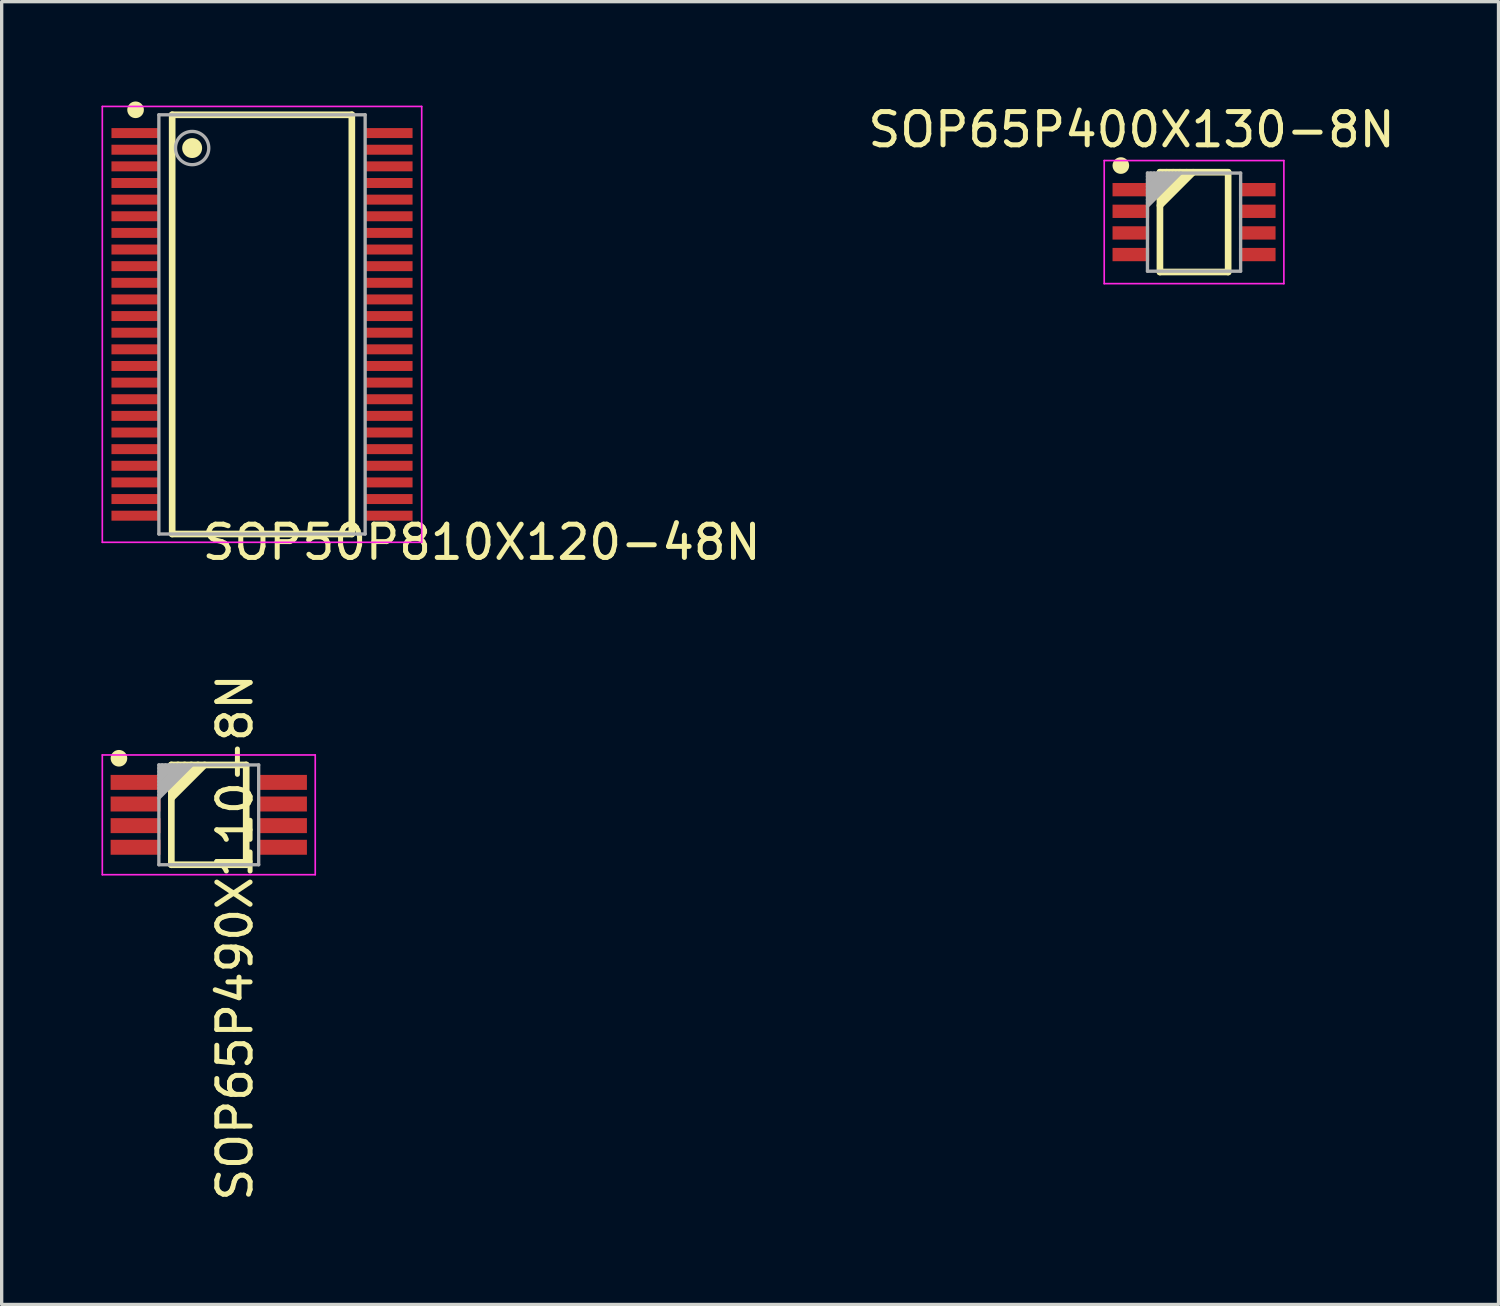
<source format=kicad_pcb>
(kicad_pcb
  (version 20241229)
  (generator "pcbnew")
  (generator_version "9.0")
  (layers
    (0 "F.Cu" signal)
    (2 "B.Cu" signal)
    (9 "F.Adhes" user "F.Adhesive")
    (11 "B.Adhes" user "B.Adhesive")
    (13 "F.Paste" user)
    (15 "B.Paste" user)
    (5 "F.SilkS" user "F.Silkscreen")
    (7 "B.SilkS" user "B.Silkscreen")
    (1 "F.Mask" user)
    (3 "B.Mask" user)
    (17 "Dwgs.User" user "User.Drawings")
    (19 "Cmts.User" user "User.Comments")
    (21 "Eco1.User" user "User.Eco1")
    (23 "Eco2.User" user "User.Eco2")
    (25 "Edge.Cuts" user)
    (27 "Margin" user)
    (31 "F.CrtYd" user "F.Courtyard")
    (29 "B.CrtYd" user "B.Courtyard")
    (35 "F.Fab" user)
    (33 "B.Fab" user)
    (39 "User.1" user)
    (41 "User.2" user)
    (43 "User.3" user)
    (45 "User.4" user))
  (footprint "SOP65P490X110-8N"
    (layer "F.Cu")
    (at 3.225 21.441)
    (property "Reference" "SOP65P490X110-8N" (at 0.787 3.688 270) (layer "F.SilkS") (effects (font (size 1 1) (thickness 0.15))))
    (attr smd)
    (fp_line (start -1.125 -1.5) (end 1.125 -1.5) (stroke (width 0.2) (type solid)) (layer "F.SilkS"))
    (fp_line (start -1.125 -1.3) (end -0.925 -1.5) (stroke (width 0.2) (type solid)) (layer "F.SilkS"))
    (fp_line (start -1.125 -1.1) (end -0.725 -1.5) (stroke (width 0.2) (type solid)) (layer "F.SilkS"))
    (fp_line (start -1.125 -0.9) (end -0.525 -1.5) (stroke (width 0.2) (type solid)) (layer "F.SilkS"))
    (fp_line (start -1.125 -0.7) (end -0.325 -1.5) (stroke (width 0.2) (type solid)) (layer "F.SilkS"))
    (fp_line (start -1.125 -0.5) (end -0.125 -1.5) (stroke (width 0.2) (type solid)) (layer "F.SilkS"))
    (fp_line (start -1.125 1.5) (end -1.125 -1.5) (stroke (width 0.2) (type solid)) (layer "F.SilkS"))
    (fp_line (start -1.125 1.5) (end 1.125 1.5) (stroke (width 0.2) (type solid)) (layer "F.SilkS"))
    (fp_line (start 1.125 1.5) (end 1.125 -1.5) (stroke (width 0.2) (type solid)) (layer "F.SilkS"))
    (fp_circle (center -2.7 -1.7) (end -2.575 -1.7) (stroke (width 0.25) (type solid)) (fill no) (layer "F.SilkS"))
    (fp_line (start -3.2 -1.8) (end 3.2 -1.8) (stroke (width 0.05) (type solid)) (layer "F.CrtYd"))
    (fp_line (start -3.2 1.8) (end -3.2 -1.8) (stroke (width 0.05) (type solid)) (layer "F.CrtYd"))
    (fp_line (start -3.2 1.8) (end 3.2 1.8) (stroke (width 0.05) (type solid)) (layer "F.CrtYd"))
    (fp_line (start 3.2 1.8) (end 3.2 -1.8) (stroke (width 0.05) (type solid)) (layer "F.CrtYd"))
    (fp_line (start -1.5 -1.5) (end 1.5 -1.5) (stroke (width 0.1) (type solid)) (layer "F.Fab"))
    (fp_line (start -1.5 -1.4) (end -1.4 -1.5) (stroke (width 0.1) (type solid)) (layer "F.Fab"))
    (fp_line (start -1.5 -1.3) (end -1.3 -1.5) (stroke (width 0.1) (type solid)) (layer "F.Fab"))
    (fp_line (start -1.5 -1.2) (end -1.2 -1.5) (stroke (width 0.1) (type solid)) (layer "F.Fab"))
    (fp_line (start -1.5 -1.1) (end -1.1 -1.5) (stroke (width 0.1) (type solid)) (layer "F.Fab"))
    (fp_line (start -1.5 -1) (end -1 -1.5) (stroke (width 0.1) (type solid)) (layer "F.Fab"))
    (fp_line (start -1.5 -0.9) (end -0.9 -1.5) (stroke (width 0.1) (type solid)) (layer "F.Fab"))
    (fp_line (start -1.5 -0.8) (end -0.8 -1.5) (stroke (width 0.1) (type solid)) (layer "F.Fab"))
    (fp_line (start -1.5 -0.7) (end -0.7 -1.5) (stroke (width 0.1) (type solid)) (layer "F.Fab"))
    (fp_line (start -1.5 -0.6) (end -0.6 -1.5) (stroke (width 0.1) (type solid)) (layer "F.Fab"))
    (fp_line (start -1.5 -0.5) (end -0.5 -1.5) (stroke (width 0.1) (type solid)) (layer "F.Fab"))
    (fp_line (start -1.5 1.5) (end -1.5 -1.5) (stroke (width 0.1) (type solid)) (layer "F.Fab"))
    (fp_line (start -1.5 1.5) (end 1.5 1.5) (stroke (width 0.1) (type solid)) (layer "F.Fab"))
    (fp_line (start 1.5 1.5) (end 1.5 -1.5) (stroke (width 0.1) (type solid)) (layer "F.Fab"))
    (pad "1" smd rect (at -2.2 -0.975) (size 1.5 0.45) (layers "F.Cu" "F.Mask" "F.Paste"))
    (pad "2" smd rect (at -2.2 -0.325) (size 1.5 0.45) (layers "F.Cu" "F.Mask" "F.Paste"))
    (pad "3" smd rect (at -2.2 0.325) (size 1.5 0.45) (layers "F.Cu" "F.Mask" "F.Paste"))
    (pad "4" smd rect (at -2.2 0.975) (size 1.5 0.45) (layers "F.Cu" "F.Mask" "F.Paste"))
    (pad "5" smd rect (at 2.2 0.975) (size 1.5 0.45) (layers "F.Cu" "F.Mask" "F.Paste"))
    (pad "6" smd rect (at 2.2 0.325) (size 1.5 0.45) (layers "F.Cu" "F.Mask" "F.Paste"))
    (pad "7" smd rect (at 2.2 -0.325) (size 1.5 0.45) (layers "F.Cu" "F.Mask" "F.Paste"))
    (pad "8" smd rect (at 2.2 -0.975) (size 1.5 0.45) (layers "F.Cu" "F.Mask" "F.Paste")))
  (footprint "SOP65P400X130-8N"
    (layer "F.Cu")
    (at 32.839 3.626)
    (property "Reference" "SOP65P400X130-8N" (at -1.878 -2.778 0) (layer "F.SilkS") (effects (font (size 1 1) (thickness 0.15))))
    (attr smd)
    (fp_line (start -1.025 -1.5) (end 1.025 -1.5) (stroke (width 0.2) (type solid)) (layer "F.SilkS"))
    (fp_line (start -1.025 -1.3) (end -0.825 -1.5) (stroke (width 0.2) (type solid)) (layer "F.SilkS"))
    (fp_line (start -1.025 -1.1) (end -0.625 -1.5) (stroke (width 0.2) (type solid)) (layer "F.SilkS"))
    (fp_line (start -1.025 -0.9) (end -0.425 -1.5) (stroke (width 0.2) (type solid)) (layer "F.SilkS"))
    (fp_line (start -1.025 -0.7) (end -0.225 -1.5) (stroke (width 0.2) (type solid)) (layer "F.SilkS"))
    (fp_line (start -1.025 -0.5) (end -0.025 -1.5) (stroke (width 0.2) (type solid)) (layer "F.SilkS"))
    (fp_line (start -1.025 1.5) (end -1.025 -1.5) (stroke (width 0.2) (type solid)) (layer "F.SilkS"))
    (fp_line (start -1.025 1.5) (end 1.025 1.5) (stroke (width 0.2) (type solid)) (layer "F.SilkS"))
    (fp_line (start 1.025 1.5) (end 1.025 -1.5) (stroke (width 0.2) (type solid)) (layer "F.SilkS"))
    (fp_circle (center -2.2 -1.7) (end -2.075 -1.7) (stroke (width 0.25) (type solid)) (fill no) (layer "F.SilkS"))
    (fp_line (start -2.7 -1.85) (end 2.7 -1.85) (stroke (width 0.05) (type solid)) (layer "F.CrtYd"))
    (fp_line (start -2.7 1.85) (end -2.7 -1.85) (stroke (width 0.05) (type solid)) (layer "F.CrtYd"))
    (fp_line (start -2.7 1.85) (end 2.7 1.85) (stroke (width 0.05) (type solid)) (layer "F.CrtYd"))
    (fp_line (start 2.7 1.85) (end 2.7 -1.85) (stroke (width 0.05) (type solid)) (layer "F.CrtYd"))
    (fp_line (start -1.4 -1.475) (end 1.4 -1.475) (stroke (width 0.1) (type solid)) (layer "F.Fab"))
    (fp_line (start -1.4 -1.375) (end -1.3 -1.475) (stroke (width 0.1) (type solid)) (layer "F.Fab"))
    (fp_line (start -1.4 -1.275) (end -1.2 -1.475) (stroke (width 0.1) (type solid)) (layer "F.Fab"))
    (fp_line (start -1.4 -1.175) (end -1.1 -1.475) (stroke (width 0.1) (type solid)) (layer "F.Fab"))
    (fp_line (start -1.4 -1.075) (end -1 -1.475) (stroke (width 0.1) (type solid)) (layer "F.Fab"))
    (fp_line (start -1.4 -0.975) (end -0.9 -1.475) (stroke (width 0.1) (type solid)) (layer "F.Fab"))
    (fp_line (start -1.4 -0.875) (end -0.8 -1.475) (stroke (width 0.1) (type solid)) (layer "F.Fab"))
    (fp_line (start -1.4 -0.775) (end -0.7 -1.475) (stroke (width 0.1) (type solid)) (layer "F.Fab"))
    (fp_line (start -1.4 -0.675) (end -0.6 -1.475) (stroke (width 0.1) (type solid)) (layer "F.Fab"))
    (fp_line (start -1.4 -0.575) (end -0.5 -1.475) (stroke (width 0.1) (type solid)) (layer "F.Fab"))
    (fp_line (start -1.4 -0.475) (end -0.4 -1.475) (stroke (width 0.1) (type solid)) (layer "F.Fab"))
    (fp_line (start -1.4 1.475) (end -1.4 -1.475) (stroke (width 0.1) (type solid)) (layer "F.Fab"))
    (fp_line (start -1.4 1.475) (end 1.4 1.475) (stroke (width 0.1) (type solid)) (layer "F.Fab"))
    (fp_line (start 1.4 1.475) (end 1.4 -1.475) (stroke (width 0.1) (type solid)) (layer "F.Fab"))
    (pad "1" smd rect (at -1.9 -0.975) (size 1.1 0.4) (layers "F.Cu" "F.Mask" "F.Paste"))
    (pad "2" smd rect (at -1.9 -0.325) (size 1.1 0.4) (layers "F.Cu" "F.Mask" "F.Paste"))
    (pad "3" smd rect (at -1.9 0.325) (size 1.1 0.4) (layers "F.Cu" "F.Mask" "F.Paste"))
    (pad "4" smd rect (at -1.9 0.975) (size 1.1 0.4) (layers "F.Cu" "F.Mask" "F.Paste"))
    (pad "5" smd rect (at 1.9 0.975) (size 1.1 0.4) (layers "F.Cu" "F.Mask" "F.Paste"))
    (pad "6" smd rect (at 1.9 0.325) (size 1.1 0.4) (layers "F.Cu" "F.Mask" "F.Paste"))
    (pad "7" smd rect (at 1.9 -0.325) (size 1.1 0.4) (layers "F.Cu" "F.Mask" "F.Paste"))
    (pad "8" smd rect (at 1.9 -0.975) (size 1.1 0.4) (layers "F.Cu" "F.Mask" "F.Paste")))
  (footprint "SOP50P810X120-48N"
    (layer "F.Cu")
    (at 4.825 6.7)
    (property "Reference" "SOP50P810X120-48N" (at 6.6 6.55 0) (layer "F.SilkS") (effects (font (size 1 1) (thickness 0.15))))
    (attr smd)
    (fp_line (start -2.7 -6.3) (end 2.7 -6.3) (stroke (width 0.2) (type solid)) (layer "F.SilkS"))
    (fp_line (start -2.7 6.3) (end -2.7 -6.3) (stroke (width 0.2) (type solid)) (layer "F.SilkS"))
    (fp_line (start -2.7 6.3) (end 2.7 6.3) (stroke (width 0.2) (type solid)) (layer "F.SilkS"))
    (fp_line (start 2.7 6.3) (end 2.7 -6.3) (stroke (width 0.2) (type solid)) (layer "F.SilkS"))
    (fp_circle (center -3.8 -6.45) (end -3.675 -6.45) (stroke (width 0.25) (type solid)) (fill no) (layer "F.SilkS"))
    (fp_circle (center -2.1 -5.3) (end -1.95 -5.3) (stroke (width 0.3) (type solid)) (fill no) (layer "F.SilkS"))
    (fp_line (start -4.8 -6.55) (end 4.8 -6.55) (stroke (width 0.05) (type solid)) (layer "F.CrtYd"))
    (fp_line (start -4.8 6.55) (end -4.8 -6.55) (stroke (width 0.05) (type solid)) (layer "F.CrtYd"))
    (fp_line (start -4.8 6.55) (end 4.8 6.55) (stroke (width 0.05) (type solid)) (layer "F.CrtYd"))
    (fp_line (start 4.8 6.55) (end 4.8 -6.55) (stroke (width 0.05) (type solid)) (layer "F.CrtYd"))
    (fp_line (start -3.1 -6.3) (end 3.1 -6.3) (stroke (width 0.1) (type solid)) (layer "F.Fab"))
    (fp_line (start -3.1 6.3) (end -3.1 -6.3) (stroke (width 0.1) (type solid)) (layer "F.Fab"))
    (fp_line (start -3.1 6.3) (end 3.1 6.3) (stroke (width 0.1) (type solid)) (layer "F.Fab"))
    (fp_line (start 3.1 6.3) (end 3.1 -6.3) (stroke (width 0.1) (type solid)) (layer "F.Fab"))
    (fp_circle (center -2.1 -5.3) (end -1.6 -5.3) (stroke (width 0.1) (type solid)) (fill no) (layer "F.Fab"))
    (pad "1" smd rect (at -3.8 -5.75 90) (size 0.3 1.45) (layers "F.Cu" "F.Mask" "F.Paste"))
    (pad "2" smd rect (at -3.8 -5.25 90) (size 0.3 1.45) (layers "F.Cu" "F.Mask" "F.Paste"))
    (pad "3" smd rect (at -3.8 -4.75 90) (size 0.3 1.45) (layers "F.Cu" "F.Mask" "F.Paste"))
    (pad "4" smd rect (at -3.8 -4.25 90) (size 0.3 1.45) (layers "F.Cu" "F.Mask" "F.Paste"))
    (pad "5" smd rect (at -3.8 -3.75 90) (size 0.3 1.45) (layers "F.Cu" "F.Mask" "F.Paste"))
    (pad "6" smd rect (at -3.8 -3.25 90) (size 0.3 1.45) (layers "F.Cu" "F.Mask" "F.Paste"))
    (pad "7" smd rect (at -3.8 -2.75 90) (size 0.3 1.45) (layers "F.Cu" "F.Mask" "F.Paste"))
    (pad "8" smd rect (at -3.8 -2.25 90) (size 0.3 1.45) (layers "F.Cu" "F.Mask" "F.Paste"))
    (pad "9" smd rect (at -3.8 -1.75 90) (size 0.3 1.45) (layers "F.Cu" "F.Mask" "F.Paste"))
    (pad "10" smd rect (at -3.8 -1.25 90) (size 0.3 1.45) (layers "F.Cu" "F.Mask" "F.Paste"))
    (pad "11" smd rect (at -3.8 -0.75 90) (size 0.3 1.45) (layers "F.Cu" "F.Mask" "F.Paste"))
    (pad "12" smd rect (at -3.8 -0.25 90) (size 0.3 1.45) (layers "F.Cu" "F.Mask" "F.Paste"))
    (pad "13" smd rect (at -3.8 0.25 90) (size 0.3 1.45) (layers "F.Cu" "F.Mask" "F.Paste"))
    (pad "14" smd rect (at -3.8 0.75 90) (size 0.3 1.45) (layers "F.Cu" "F.Mask" "F.Paste"))
    (pad "15" smd rect (at -3.8 1.25 90) (size 0.3 1.45) (layers "F.Cu" "F.Mask" "F.Paste"))
    (pad "16" smd rect (at -3.8 1.75 90) (size 0.3 1.45) (layers "F.Cu" "F.Mask" "F.Paste"))
    (pad "17" smd rect (at -3.8 2.25 90) (size 0.3 1.45) (layers "F.Cu" "F.Mask" "F.Paste"))
    (pad "18" smd rect (at -3.8 2.75 90) (size 0.3 1.45) (layers "F.Cu" "F.Mask" "F.Paste"))
    (pad "19" smd rect (at -3.8 3.25 90) (size 0.3 1.45) (layers "F.Cu" "F.Mask" "F.Paste"))
    (pad "20" smd rect (at -3.8 3.75 90) (size 0.3 1.45) (layers "F.Cu" "F.Mask" "F.Paste"))
    (pad "21" smd rect (at -3.8 4.25 90) (size 0.3 1.45) (layers "F.Cu" "F.Mask" "F.Paste"))
    (pad "22" smd rect (at -3.8 4.75 90) (size 0.3 1.45) (layers "F.Cu" "F.Mask" "F.Paste"))
    (pad "23" smd rect (at -3.8 5.25 90) (size 0.3 1.45) (layers "F.Cu" "F.Mask" "F.Paste"))
    (pad "24" smd rect (at -3.8 5.75 90) (size 0.3 1.45) (layers "F.Cu" "F.Mask" "F.Paste"))
    (pad "25" smd rect (at 3.8 5.75 90) (size 0.3 1.45) (layers "F.Cu" "F.Mask" "F.Paste"))
    (pad "26" smd rect (at 3.8 5.25 90) (size 0.3 1.45) (layers "F.Cu" "F.Mask" "F.Paste"))
    (pad "27" smd rect (at 3.8 4.75 90) (size 0.3 1.45) (layers "F.Cu" "F.Mask" "F.Paste"))
    (pad "28" smd rect (at 3.8 4.25 90) (size 0.3 1.45) (layers "F.Cu" "F.Mask" "F.Paste"))
    (pad "29" smd rect (at 3.8 3.75 90) (size 0.3 1.45) (layers "F.Cu" "F.Mask" "F.Paste"))
    (pad "30" smd rect (at 3.8 3.25 90) (size 0.3 1.45) (layers "F.Cu" "F.Mask" "F.Paste"))
    (pad "31" smd rect (at 3.8 2.75 90) (size 0.3 1.45) (layers "F.Cu" "F.Mask" "F.Paste"))
    (pad "32" smd rect (at 3.8 2.25 90) (size 0.3 1.45) (layers "F.Cu" "F.Mask" "F.Paste"))
    (pad "33" smd rect (at 3.8 1.75 90) (size 0.3 1.45) (layers "F.Cu" "F.Mask" "F.Paste"))
    (pad "34" smd rect (at 3.8 1.25 90) (size 0.3 1.45) (layers "F.Cu" "F.Mask" "F.Paste"))
    (pad "35" smd rect (at 3.8 0.75 90) (size 0.3 1.45) (layers "F.Cu" "F.Mask" "F.Paste"))
    (pad "36" smd rect (at 3.8 0.25 90) (size 0.3 1.45) (layers "F.Cu" "F.Mask" "F.Paste"))
    (pad "37" smd rect (at 3.8 -0.25 90) (size 0.3 1.45) (layers "F.Cu" "F.Mask" "F.Paste"))
    (pad "38" smd rect (at 3.8 -0.75 90) (size 0.3 1.45) (layers "F.Cu" "F.Mask" "F.Paste"))
    (pad "39" smd rect (at 3.8 -1.25 90) (size 0.3 1.45) (layers "F.Cu" "F.Mask" "F.Paste"))
    (pad "40" smd rect (at 3.8 -1.75 90) (size 0.3 1.45) (layers "F.Cu" "F.Mask" "F.Paste"))
    (pad "41" smd rect (at 3.8 -2.25 90) (size 0.3 1.45) (layers "F.Cu" "F.Mask" "F.Paste"))
    (pad "42" smd rect (at 3.8 -2.75 90) (size 0.3 1.45) (layers "F.Cu" "F.Mask" "F.Paste"))
    (pad "43" smd rect (at 3.8 -3.25 90) (size 0.3 1.45) (layers "F.Cu" "F.Mask" "F.Paste"))
    (pad "44" smd rect (at 3.8 -3.75 90) (size 0.3 1.45) (layers "F.Cu" "F.Mask" "F.Paste"))
    (pad "45" smd rect (at 3.8 -4.25 90) (size 0.3 1.45) (layers "F.Cu" "F.Mask" "F.Paste"))
    (pad "46" smd rect (at 3.8 -4.75 90) (size 0.3 1.45) (layers "F.Cu" "F.Mask" "F.Paste"))
    (pad "47" smd rect (at 3.8 -5.25 90) (size 0.3 1.45) (layers "F.Cu" "F.Mask" "F.Paste"))
    (pad "48" smd rect (at 3.8 -5.75 90) (size 0.3 1.45) (layers "F.Cu" "F.Mask" "F.Paste")))
  (gr_rect
    (start -3 -3)
    (end 41.99 36.158)
    (stroke (width 0.1) (type default))
    (fill no)
    (layer "Edge.Cuts")))
</source>
